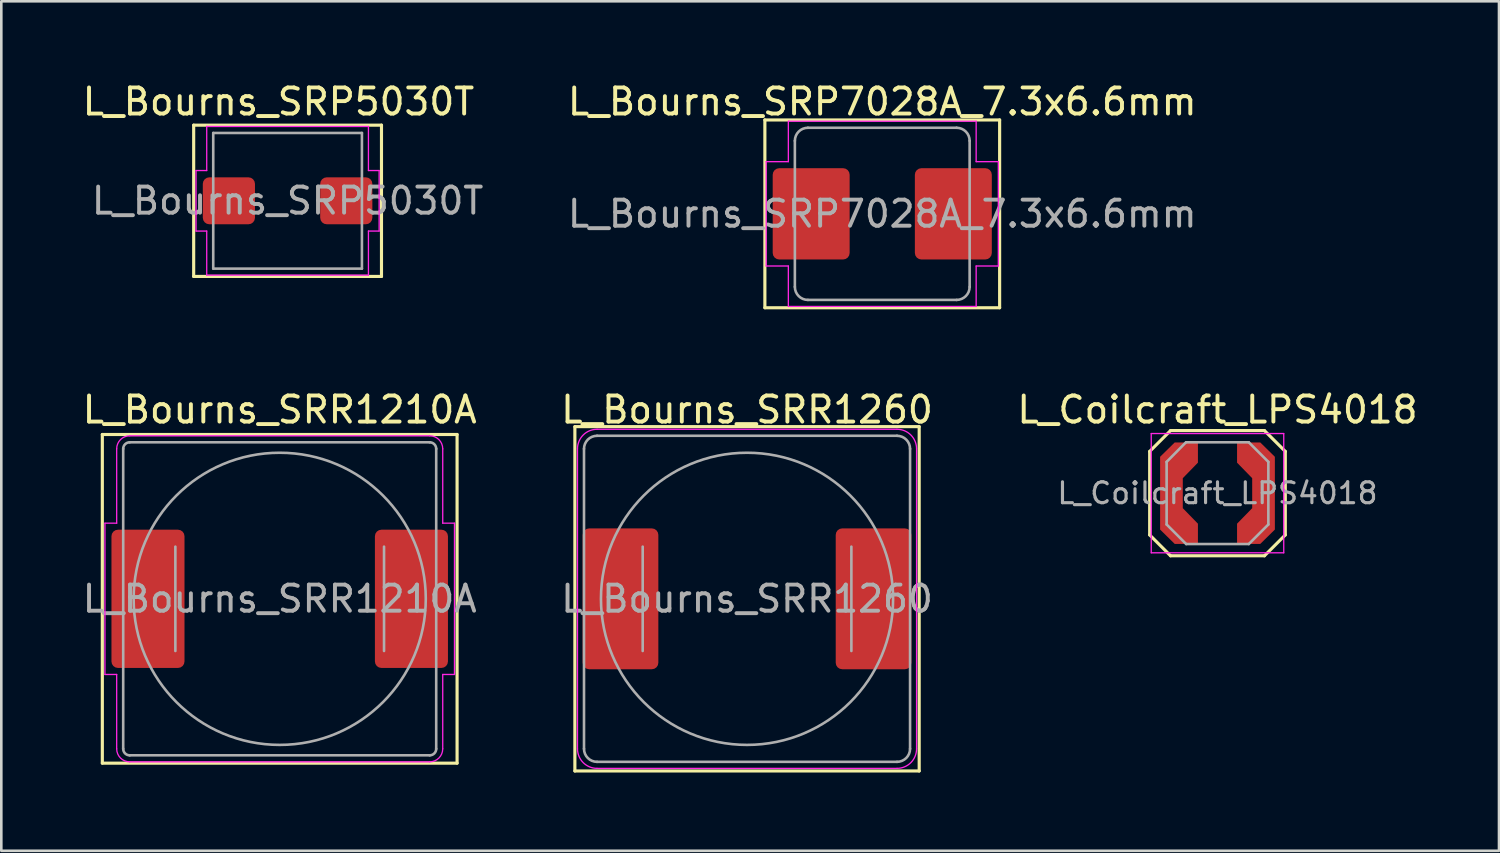
<source format=kicad_pcb>
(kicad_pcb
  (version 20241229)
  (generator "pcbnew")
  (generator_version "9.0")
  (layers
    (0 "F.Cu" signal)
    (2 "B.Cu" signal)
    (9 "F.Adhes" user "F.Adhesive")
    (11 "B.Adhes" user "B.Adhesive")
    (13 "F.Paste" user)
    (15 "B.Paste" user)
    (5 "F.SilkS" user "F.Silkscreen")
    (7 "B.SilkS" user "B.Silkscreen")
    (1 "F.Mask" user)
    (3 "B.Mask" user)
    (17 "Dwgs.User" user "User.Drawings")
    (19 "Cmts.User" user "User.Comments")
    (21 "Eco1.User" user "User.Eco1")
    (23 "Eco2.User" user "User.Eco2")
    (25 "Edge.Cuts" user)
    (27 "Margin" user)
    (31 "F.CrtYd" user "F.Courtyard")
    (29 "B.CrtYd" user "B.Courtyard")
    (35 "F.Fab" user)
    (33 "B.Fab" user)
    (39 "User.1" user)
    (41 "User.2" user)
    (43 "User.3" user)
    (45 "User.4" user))
  (footprint "L_Bourns_SRP7028A_7.3x6.6mm"
    (layer "F.Cu")
    (at 30.773 5.148)
    (property "Reference" "L_Bourns_SRP7028A_7.3x6.6mm" (at 0 -4.3 0) (layer "F.SilkS") (effects (font (size 1 1) (thickness 0.15))))
    (attr smd)
    (fp_line (start -4.5 -3.6) (end -4.5 3.6) (stroke (width 0.12) (type solid)) (layer "F.SilkS"))
    (fp_line (start -4.5 3.6) (end 4.5 3.6) (stroke (width 0.12) (type solid)) (layer "F.SilkS"))
    (fp_line (start 4.5 -3.6) (end -4.5 -3.6) (stroke (width 0.12) (type solid)) (layer "F.SilkS"))
    (fp_line (start 4.5 3.6) (end 4.5 -3.6) (stroke (width 0.12) (type solid)) (layer "F.SilkS"))
    (fp_line (start -4.45 -2) (end -3.6 -2) (stroke (width 0.05) (type solid)) (layer "F.CrtYd"))
    (fp_line (start -4.45 2) (end -4.45 -2) (stroke (width 0.05) (type solid)) (layer "F.CrtYd"))
    (fp_line (start -3.6 -3.55) (end 3.6 -3.55) (stroke (width 0.05) (type solid)) (layer "F.CrtYd"))
    (fp_line (start -3.6 -2) (end -3.6 -3.55) (stroke (width 0.05) (type solid)) (layer "F.CrtYd"))
    (fp_line (start -3.6 2) (end -4.45 2) (stroke (width 0.05) (type solid)) (layer "F.CrtYd"))
    (fp_line (start -3.6 3.55) (end -3.6 2) (stroke (width 0.05) (type solid)) (layer "F.CrtYd"))
    (fp_line (start 3.6 -3.55) (end 3.6 -2) (stroke (width 0.05) (type solid)) (layer "F.CrtYd"))
    (fp_line (start 3.6 -2) (end 4.45 -2) (stroke (width 0.05) (type solid)) (layer "F.CrtYd"))
    (fp_line (start 3.6 2) (end 3.6 3.55) (stroke (width 0.05) (type solid)) (layer "F.CrtYd"))
    (fp_line (start 3.6 3.55) (end -3.6 3.55) (stroke (width 0.05) (type solid)) (layer "F.CrtYd"))
    (fp_line (start 4.45 -2) (end 4.45 2) (stroke (width 0.05) (type solid)) (layer "F.CrtYd"))
    (fp_line (start 4.45 2) (end 3.6 2) (stroke (width 0.05) (type solid)) (layer "F.CrtYd"))
    (fp_line (start -3.35 2.8) (end -3.35 -2.8) (stroke (width 0.1) (type solid)) (layer "F.Fab"))
    (fp_line (start -2.85 -3.3) (end 2.85 -3.3) (stroke (width 0.1) (type solid)) (layer "F.Fab"))
    (fp_line (start 2.85 3.3) (end -2.85 3.3) (stroke (width 0.1) (type solid)) (layer "F.Fab"))
    (fp_line (start 3.35 -2.8) (end 3.35 2.8) (stroke (width 0.1) (type solid)) (layer "F.Fab"))
    (fp_arc (start -3.35 -2.8) (mid -3.203553 -3.153553) (end -2.85 -3.3) (stroke (width 0.1) (type solid)) (layer "F.Fab"))
    (fp_arc (start -2.85 3.3) (mid -3.203553 3.153553) (end -3.35 2.8) (stroke (width 0.1) (type solid)) (layer "F.Fab"))
    (fp_arc (start 2.85 -3.3) (mid 3.203553 -3.153553) (end 3.35 -2.8) (stroke (width 0.1) (type solid)) (layer "F.Fab"))
    (fp_arc (start 3.35 2.8) (mid 3.203553 3.153553) (end 2.85 3.3) (stroke (width 0.1) (type solid)) (layer "F.Fab"))
    (fp_text user "${REFERENCE}" (at 0 0 0) (layer "F.Fab") (effects (font (size 1 1) (thickness 0.15))))
    (pad "1" smd roundrect (at -2.725 0) (size 2.95 3.5) (layers "F.Cu" "F.Mask" "F.Paste") (roundrect_rratio 0.085))
    (pad "2" smd roundrect (at 2.725 0) (size 2.95 3.5) (layers "F.Cu" "F.Mask" "F.Paste") (roundrect_rratio 0.085)))
  (footprint "L_Bourns_SRR1260"
    (layer "F.Cu")
    (at 25.589 19.907)
    (property "Reference" "L_Bourns_SRR1260" (at 0 -7.25 0) (layer "F.SilkS") (effects (font (size 1 1) (thickness 0.15))))
    (attr smd)
    (fp_line (start -6.6 -6.6) (end -6.6 6.6) (stroke (width 0.12) (type solid)) (layer "F.SilkS"))
    (fp_line (start -6.6 6.6) (end 6.6 6.6) (stroke (width 0.12) (type solid)) (layer "F.SilkS"))
    (fp_line (start 6.6 -6.6) (end -6.6 -6.6) (stroke (width 0.12) (type solid)) (layer "F.SilkS"))
    (fp_line (start 6.6 6.6) (end 6.6 -6.6) (stroke (width 0.12) (type solid)) (layer "F.SilkS"))
    (fp_line (start -6.5 5.75) (end -6.5 -5.75) (stroke (width 0.05) (type solid)) (layer "F.CrtYd"))
    (fp_line (start -5.75 -6.5) (end 5.75 -6.5) (stroke (width 0.05) (type solid)) (layer "F.CrtYd"))
    (fp_line (start 5.75 6.5) (end -5.75 6.5) (stroke (width 0.05) (type solid)) (layer "F.CrtYd"))
    (fp_line (start 6.5 -5.75) (end 6.5 5.75) (stroke (width 0.05) (type solid)) (layer "F.CrtYd"))
    (fp_arc (start -6.5 -5.75) (mid -6.28033 -6.28033) (end -5.75 -6.5) (stroke (width 0.05) (type solid)) (layer "F.CrtYd"))
    (fp_arc (start -5.75 6.5) (mid -6.28033 6.28033) (end -6.5 5.75) (stroke (width 0.05) (type solid)) (layer "F.CrtYd"))
    (fp_arc (start 5.75 -6.5) (mid 6.28033 -6.28033) (end 6.5 -5.75) (stroke (width 0.05) (type solid)) (layer "F.CrtYd"))
    (fp_arc (start 6.5 5.75) (mid 6.28033 6.28033) (end 5.75 6.5) (stroke (width 0.05) (type solid)) (layer "F.CrtYd"))
    (fp_line (start -6.25 -5.75) (end -6.25 5.75) (stroke (width 0.1) (type solid)) (layer "F.Fab"))
    (fp_line (start -5.75 -6.25) (end 5.75 -6.25) (stroke (width 0.1) (type solid)) (layer "F.Fab"))
    (fp_line (start -4 2) (end -4 -2) (stroke (width 0.1) (type solid)) (layer "F.Fab"))
    (fp_line (start 4 -2) (end 4 2) (stroke (width 0.1) (type solid)) (layer "F.Fab"))
    (fp_line (start 5.75 6.25) (end -5.75 6.25) (stroke (width 0.1) (type solid)) (layer "F.Fab"))
    (fp_line (start 6.25 -5.75) (end 6.25 5.75) (stroke (width 0.1) (type solid)) (layer "F.Fab"))
    (fp_arc (start -6.25 -5.75) (mid -6.103553 -6.103553) (end -5.75 -6.25) (stroke (width 0.1) (type solid)) (layer "F.Fab"))
    (fp_arc (start -5.75 6.25) (mid -6.103553 6.103553) (end -6.25 5.75) (stroke (width 0.1) (type solid)) (layer "F.Fab"))
    (fp_arc (start 5.75 -6.25) (mid 6.103553 -6.103553) (end 6.25 -5.75) (stroke (width 0.1) (type solid)) (layer "F.Fab"))
    (fp_arc (start 6.25 5.75) (mid 6.103553 6.103553) (end 5.75 6.25) (stroke (width 0.1) (type solid)) (layer "F.Fab"))
    (fp_circle (center 0 0) (end 0 -5.6) (stroke (width 0.1) (type solid)) (fill no) (layer "F.Fab"))
    (fp_text user "${REFERENCE}" (at 0 0 0) (layer "F.Fab") (effects (font (size 1 1) (thickness 0.15))))
    (pad "1" smd roundrect (at -4.85 0) (size 2.9 5.4) (layers "F.Cu" "F.Mask" "F.Paste") (roundrect_rratio 0.086))
    (pad "2" smd roundrect (at 4.85 0) (size 2.9 5.4) (layers "F.Cu" "F.Mask" "F.Paste") (roundrect_rratio 0.086)))
  (footprint "L_Bourns_SRP5030T"
    (layer "F.Cu")
    (at 7.975 4.648)
    (property "Reference" "L_Bourns_SRP5030T" (at -0.35 -3.8 0) (layer "F.SilkS") (effects (font (size 1 1) (thickness 0.15))))
    (attr smd)
    (fp_line (start -3.6 -2.9) (end -3.6 2.9) (stroke (width 0.12) (type solid)) (layer "F.SilkS"))
    (fp_line (start -3.6 2.9) (end 3.6 2.9) (stroke (width 0.12) (type solid)) (layer "F.SilkS"))
    (fp_line (start 3.6 -2.9) (end -3.6 -2.9) (stroke (width 0.12) (type solid)) (layer "F.SilkS"))
    (fp_line (start 3.6 2.9) (end 3.6 -2.9) (stroke (width 0.12) (type solid)) (layer "F.SilkS"))
    (fp_line (start -3.51 -1.16) (end -3.51 1.16) (stroke (width 0.05) (type solid)) (layer "F.CrtYd"))
    (fp_line (start -3.51 1.16) (end -3.1 1.16) (stroke (width 0.05) (type solid)) (layer "F.CrtYd"))
    (fp_line (start -3.1 -2.85) (end -3.1 -1.16) (stroke (width 0.05) (type solid)) (layer "F.CrtYd"))
    (fp_line (start -3.1 -2.85) (end 3.1 -2.85) (stroke (width 0.05) (type solid)) (layer "F.CrtYd"))
    (fp_line (start -3.1 -1.16) (end -3.51 -1.16) (stroke (width 0.05) (type solid)) (layer "F.CrtYd"))
    (fp_line (start -3.1 1.16) (end -3.1 2.85) (stroke (width 0.05) (type solid)) (layer "F.CrtYd"))
    (fp_line (start -3.1 2.85) (end 3.1 2.85) (stroke (width 0.05) (type solid)) (layer "F.CrtYd"))
    (fp_line (start 3.1 -2.85) (end 3.1 -1.16) (stroke (width 0.05) (type solid)) (layer "F.CrtYd"))
    (fp_line (start 3.1 -1.16) (end 3.51 -1.16) (stroke (width 0.05) (type solid)) (layer "F.CrtYd"))
    (fp_line (start 3.1 1.16) (end 3.1 2.85) (stroke (width 0.05) (type solid)) (layer "F.CrtYd"))
    (fp_line (start 3.51 -1.16) (end 3.51 1.16) (stroke (width 0.05) (type solid)) (layer "F.CrtYd"))
    (fp_line (start 3.51 1.16) (end 3.1 1.16) (stroke (width 0.05) (type solid)) (layer "F.CrtYd"))
    (fp_line (start -2.85 -2.6) (end 2.85 -2.6) (stroke (width 0.1) (type solid)) (layer "F.Fab"))
    (fp_line (start -2.85 2.6) (end -2.85 -2.6) (stroke (width 0.1) (type solid)) (layer "F.Fab"))
    (fp_line (start 2.85 -2.6) (end 2.85 2.6) (stroke (width 0.1) (type solid)) (layer "F.Fab"))
    (fp_line (start 2.85 2.6) (end -2.85 2.6) (stroke (width 0.1) (type solid)) (layer "F.Fab"))
    (fp_text user "${REFERENCE}" (at 0 0 0) (layer "F.Fab") (effects (font (size 1 1) (thickness 0.15))))
    (pad "1" smd roundrect (at -2.25 0) (size 2 1.8) (layers "F.Cu" "F.Mask" "F.Paste") (roundrect_rratio 0.139))
    (pad "2" smd roundrect (at 2.25 0) (size 2 1.8) (layers "F.Cu" "F.Mask" "F.Paste") (roundrect_rratio 0.139)))
  (footprint "L_Bourns_SRR1210A"
    (layer "F.Cu")
    (at 7.673 19.907)
    (property "Reference" "L_Bourns_SRR1210A" (at 0 -7.25 0) (layer "F.SilkS") (effects (font (size 1 1) (thickness 0.15))))
    (attr smd)
    (fp_line (start -6.8 -6.3) (end 6.8 -6.3) (stroke (width 0.12) (type solid)) (layer "F.SilkS"))
    (fp_line (start -6.8 6.3) (end -6.8 -6.3) (stroke (width 0.12) (type solid)) (layer "F.SilkS"))
    (fp_line (start 6.8 -6.3) (end 6.8 6.3) (stroke (width 0.12) (type solid)) (layer "F.SilkS"))
    (fp_line (start 6.8 6.3) (end -6.8 6.3) (stroke (width 0.12) (type solid)) (layer "F.SilkS"))
    (fp_line (start -6.7 -2.9) (end -6.7 2.9) (stroke (width 0.05) (type solid)) (layer "F.CrtYd"))
    (fp_line (start -6.7 -2.9) (end -6.25 -2.9) (stroke (width 0.05) (type solid)) (layer "F.CrtYd"))
    (fp_line (start -6.25 -5.75) (end -6.25 -2.9) (stroke (width 0.05) (type solid)) (layer "F.CrtYd"))
    (fp_line (start -6.25 2.9) (end -6.7 2.9) (stroke (width 0.05) (type solid)) (layer "F.CrtYd"))
    (fp_line (start -6.25 5.75) (end -6.25 2.9) (stroke (width 0.05) (type solid)) (layer "F.CrtYd"))
    (fp_line (start -5.75 -6.25) (end 5.75 -6.25) (stroke (width 0.05) (type solid)) (layer "F.CrtYd"))
    (fp_line (start 5.75 6.25) (end -5.75 6.25) (stroke (width 0.05) (type solid)) (layer "F.CrtYd"))
    (fp_line (start 6.25 -5.75) (end 6.25 -2.9) (stroke (width 0.05) (type solid)) (layer "F.CrtYd"))
    (fp_line (start 6.25 2.9) (end 6.25 5.75) (stroke (width 0.05) (type solid)) (layer "F.CrtYd"))
    (fp_line (start 6.7 -2.9) (end 6.25 -2.9) (stroke (width 0.05) (type solid)) (layer "F.CrtYd"))
    (fp_line (start 6.7 -2.9) (end 6.7 2.9) (stroke (width 0.05) (type solid)) (layer "F.CrtYd"))
    (fp_line (start 6.7 2.9) (end 6.25 2.9) (stroke (width 0.05) (type solid)) (layer "F.CrtYd"))
    (fp_arc (start -6.25 -5.75) (mid -6.103553 -6.103553) (end -5.75 -6.25) (stroke (width 0.05) (type solid)) (layer "F.CrtYd"))
    (fp_arc (start -5.75 6.25) (mid -6.103553 6.103553) (end -6.25 5.75) (stroke (width 0.05) (type solid)) (layer "F.CrtYd"))
    (fp_arc (start 5.75 -6.25) (mid 6.103553 -6.103553) (end 6.25 -5.75) (stroke (width 0.05) (type solid)) (layer "F.CrtYd"))
    (fp_arc (start 6.25 5.75) (mid 6.103553 6.103553) (end 5.75 6.25) (stroke (width 0.05) (type solid)) (layer "F.CrtYd"))
    (fp_line (start -6 -5.75) (end -6 5.75) (stroke (width 0.1) (type solid)) (layer "F.Fab"))
    (fp_line (start -5.75 -6) (end 5.75 -6) (stroke (width 0.1) (type solid)) (layer "F.Fab"))
    (fp_line (start -4 2) (end -4 -2) (stroke (width 0.1) (type solid)) (layer "F.Fab"))
    (fp_line (start 4 -2) (end 4 2) (stroke (width 0.1) (type solid)) (layer "F.Fab"))
    (fp_line (start 5.75 6) (end -5.75 6) (stroke (width 0.1) (type solid)) (layer "F.Fab"))
    (fp_line (start 6 -5.75) (end 6 5.75) (stroke (width 0.1) (type solid)) (layer "F.Fab"))
    (fp_arc (start -6 -5.75) (mid -5.926777 -5.926777) (end -5.75 -6) (stroke (width 0.1) (type solid)) (layer "F.Fab"))
    (fp_arc (start -5.75 6) (mid -5.926777 5.926777) (end -6 5.75) (stroke (width 0.1) (type solid)) (layer "F.Fab"))
    (fp_arc (start 5.75 -6) (mid 5.926777 -5.926777) (end 6 -5.75) (stroke (width 0.1) (type solid)) (layer "F.Fab"))
    (fp_arc (start 6 5.75) (mid 5.926777 5.926777) (end 5.75 6) (stroke (width 0.1) (type solid)) (layer "F.Fab"))
    (fp_circle (center 0 0) (end 0 -5.6) (stroke (width 0.1) (type solid)) (fill no) (layer "F.Fab"))
    (fp_text user "${REFERENCE}" (at 0 0 0) (layer "F.Fab") (effects (font (size 1 1) (thickness 0.15))))
    (pad "1" smd roundrect (at -5.05 0) (size 2.8 5.3) (layers "F.Cu" "F.Mask" "F.Paste") (roundrect_rratio 0.089))
    (pad "2" smd roundrect (at 5.05 0) (size 2.8 5.3) (layers "F.Cu" "F.Mask" "F.Paste") (roundrect_rratio 0.089)))
  (footprint "L_Coilcraft_LPS4018"
    (layer "F.Cu")
    (at 43.625 15.857)
    (property "Reference" "L_Coilcraft_LPS4018" (at 0 -3.2 0) (layer "F.SilkS") (effects (font (size 1 1) (thickness 0.15))))
    (attr smd)
    (fp_line (start -2.6 -1.6) (end -1.8 -2.4) (stroke (width 0.12) (type solid)) (layer "F.SilkS"))
    (fp_line (start -2.6 1.6) (end -2.6 -1.6) (stroke (width 0.12) (type solid)) (layer "F.SilkS"))
    (fp_line (start -1.8 -2.4) (end 1.8 -2.4) (stroke (width 0.12) (type solid)) (layer "F.SilkS"))
    (fp_line (start -1.8 2.4) (end -2.6 1.6) (stroke (width 0.12) (type solid)) (layer "F.SilkS"))
    (fp_line (start 1.8 2.4) (end -1.8 2.4) (stroke (width 0.12) (type solid)) (layer "F.SilkS"))
    (fp_line (start 2.6 -1.6) (end 1.8 -2.4) (stroke (width 0.12) (type solid)) (layer "F.SilkS"))
    (fp_line (start 2.6 -1.6) (end 2.6 1.6) (stroke (width 0.12) (type solid)) (layer "F.SilkS"))
    (fp_line (start 2.6 1.6) (end 1.8 2.4) (stroke (width 0.12) (type solid)) (layer "F.SilkS"))
    (fp_line (start -2.54 -2.286) (end -2.54 2.286) (stroke (width 0.05) (type solid)) (layer "F.CrtYd"))
    (fp_line (start -2.54 -2.286) (end 2.54 -2.286) (stroke (width 0.05) (type solid)) (layer "F.CrtYd"))
    (fp_line (start -2.54 2.286) (end 2.54 2.286) (stroke (width 0.05) (type solid)) (layer "F.CrtYd"))
    (fp_line (start 2.54 -2.286) (end 2.54 2.286) (stroke (width 0.05) (type solid)) (layer "F.CrtYd"))
    (fp_line (start -1.95 -1.2) (end -1.21 -1.95) (stroke (width 0.1) (type solid)) (layer "F.Fab"))
    (fp_line (start -1.95 1.2) (end -1.95 -1.2) (stroke (width 0.1) (type solid)) (layer "F.Fab"))
    (fp_line (start -1.95 1.2) (end -1.2 1.95) (stroke (width 0.1) (type solid)) (layer "F.Fab"))
    (fp_line (start -1.2 -1.95) (end 1.2 -1.95) (stroke (width 0.1) (type solid)) (layer "F.Fab"))
    (fp_line (start 1.2 -1.95) (end 1.95 -1.2) (stroke (width 0.1) (type solid)) (layer "F.Fab"))
    (fp_line (start 1.2 1.95) (end -1.2 1.95) (stroke (width 0.1) (type solid)) (layer "F.Fab"))
    (fp_line (start 1.2 1.95) (end 1.95 1.2) (stroke (width 0.1) (type solid)) (layer "F.Fab"))
    (fp_line (start 1.95 -1.2) (end 1.95 1.2) (stroke (width 0.1) (type solid)) (layer "F.Fab"))
    (fp_text user "${REFERENCE}" (at 0 0 0) (layer "F.Fab") (effects (font (size 0.8 0.8) (thickness 0.12))))
    (pad "1" smd custom (at -1.765 0) (size 0.87 2.79) (layers "F.Cu" "F.Mask" "F.Paste") (options (anchor rect)) (primitives (gr_poly (pts (xy 1.015 -1.17) (xy 0.435 -0.575) (xy 0.435 0.575) (xy 1.015 1.17) (xy 1.015 1.945) (xy 0.125 1.945) (xy -0.435 1.395) (xy -0.435 -1.395) (xy 0.125 -1.945) (xy 1.015 -1.945)) (width 0) (fill yes))))
    (pad "2" smd custom (at 1.765 0) (size 0.87 2.79) (layers "F.Cu" "F.Mask" "F.Paste") (options (anchor rect)) (primitives (gr_poly (pts (xy 0.435 -1.395) (xy 0.435 1.395) (xy -0.125 1.945) (xy -1.015 1.945) (xy -1.015 1.17) (xy -0.435 0.575) (xy -0.435 -0.575) (xy -1.015 -1.17) (xy -1.015 -1.945) (xy -0.125 -1.945)) (width 0) (fill yes)))))
  (gr_rect
    (start -3 -3)
    (end 54.417 29.567)
    (stroke (width 0.1) (type default))
    (fill no)
    (layer "Edge.Cuts")))
</source>
